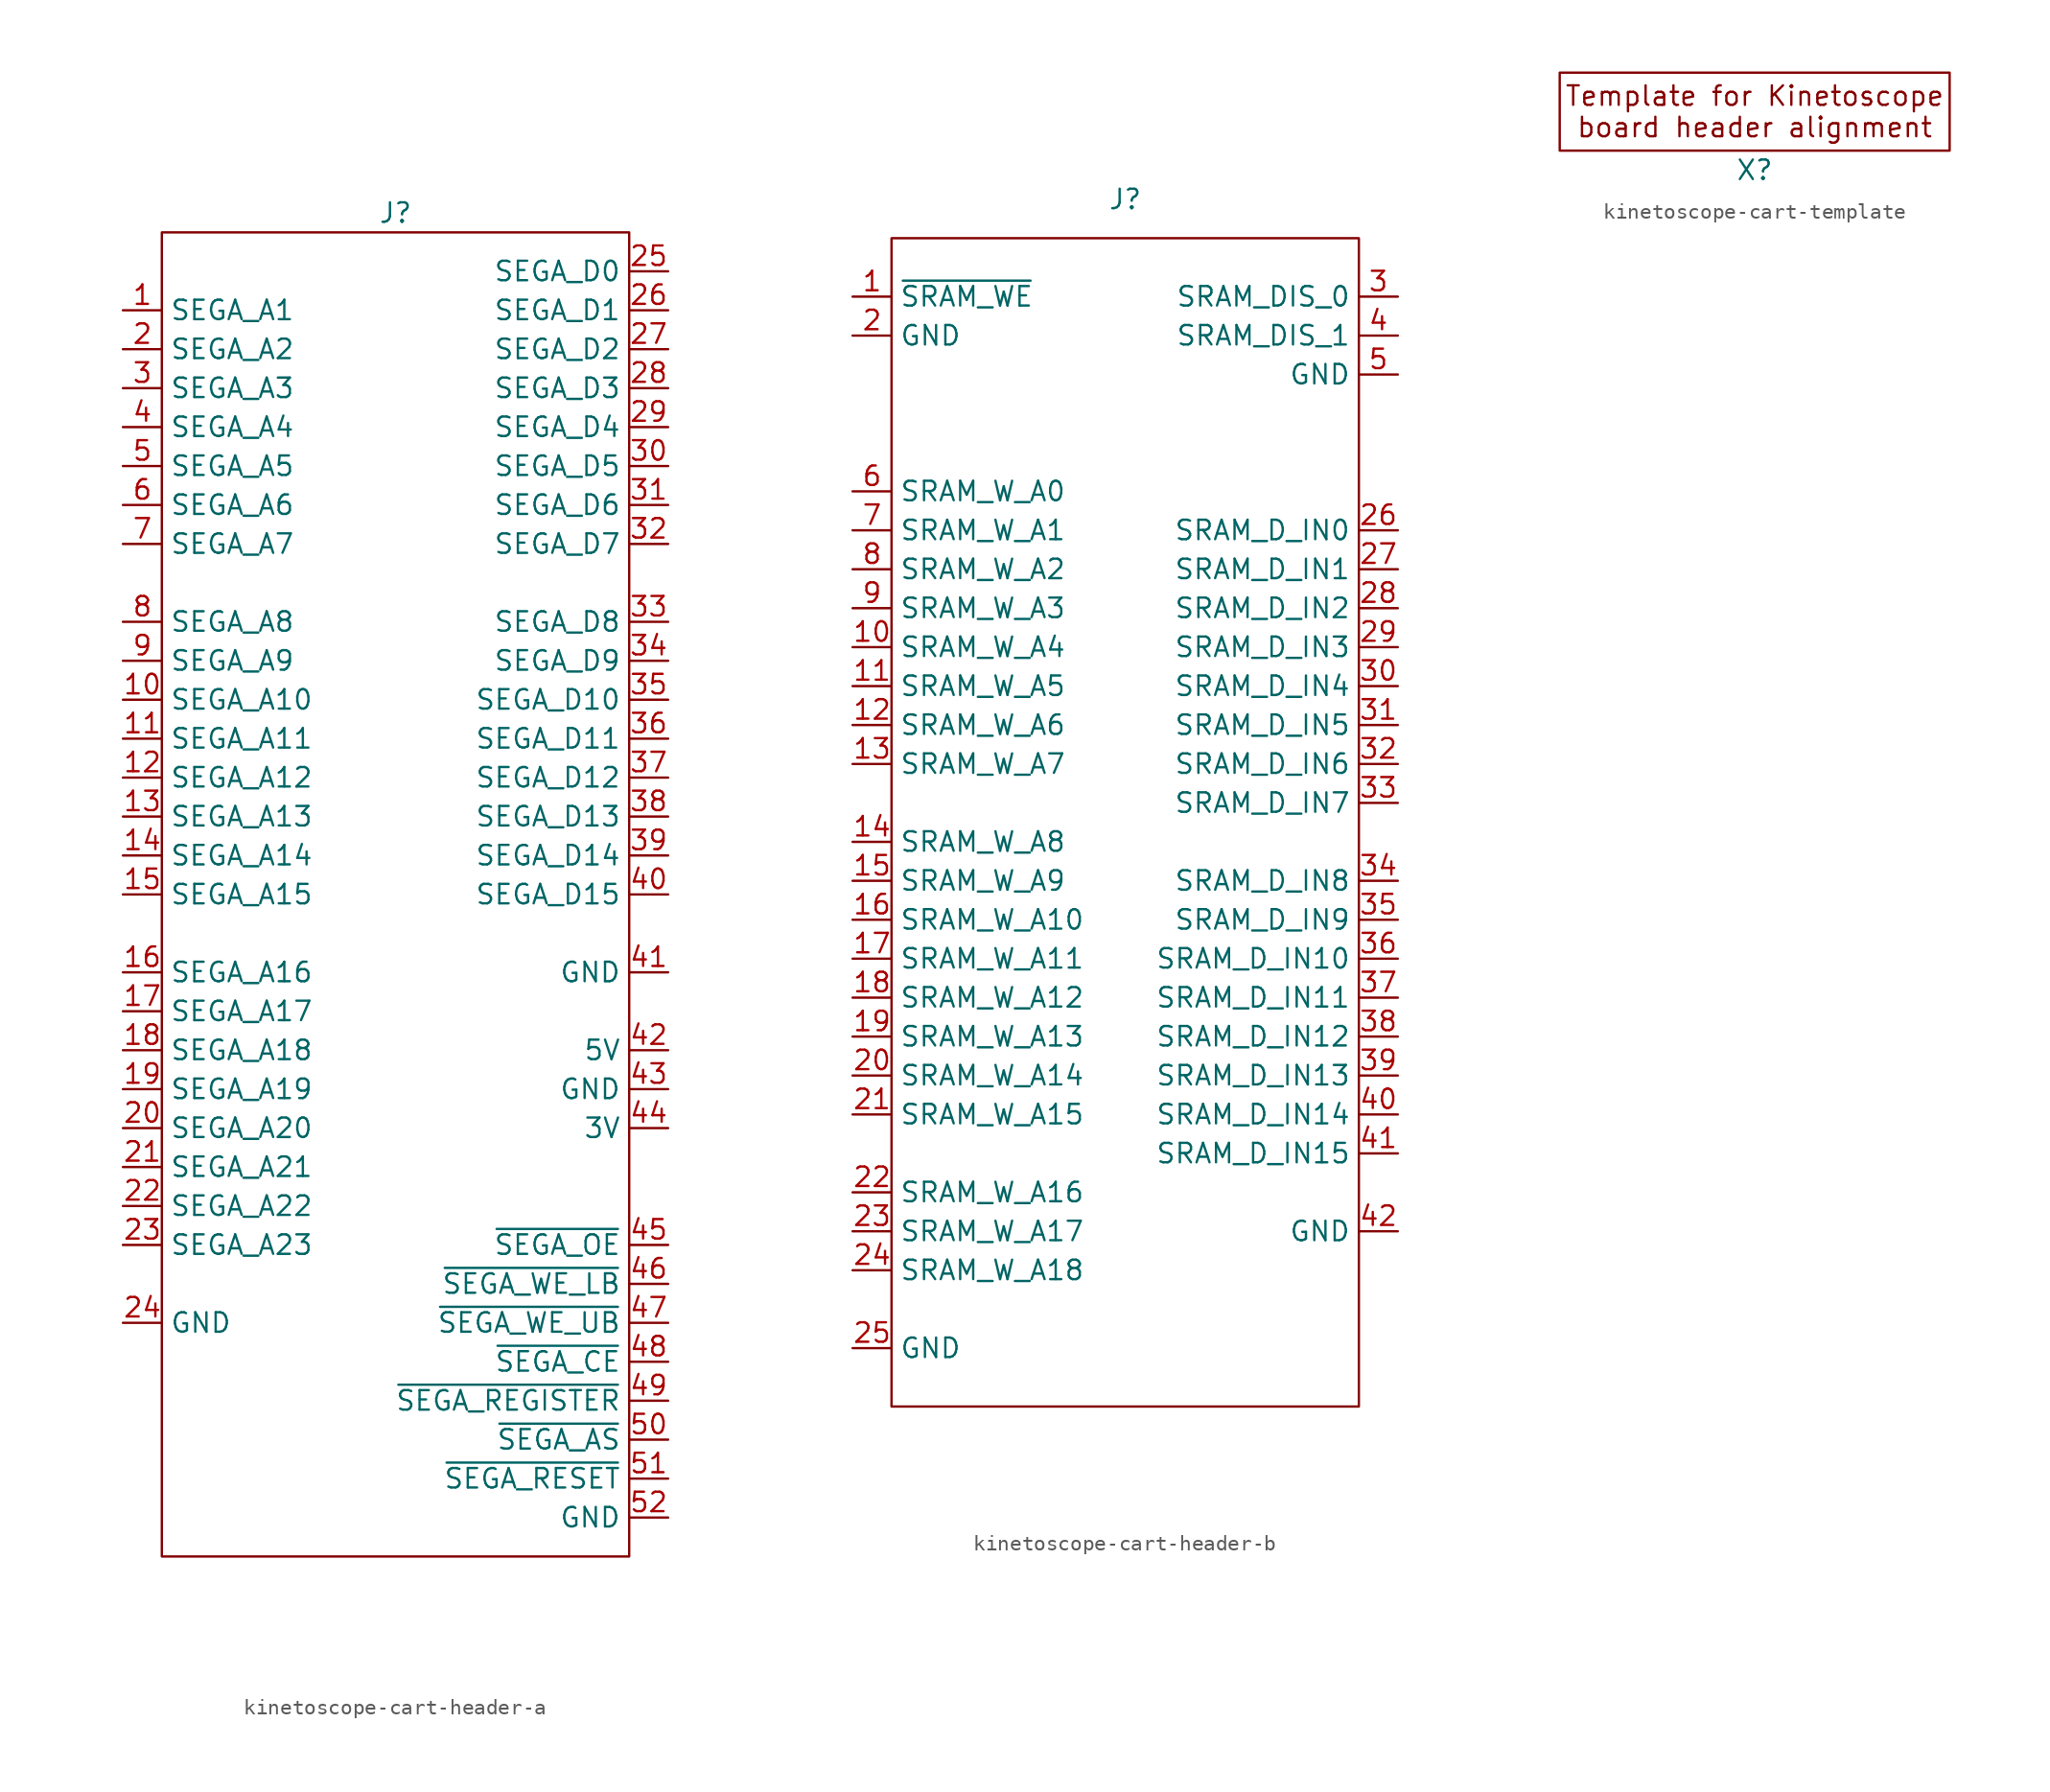
<source format=kicad_sym>
(kicad_symbol_lib
  (version 20231120)
  (generator "kicad_symbol_editor")
  (generator_version "8.0")
  (symbol "kinetoscope-cart-header-a"
    (property "Reference" "J"
      (at 0 1.27 0)
      (effects (font (size 1.27 1.27))))
    (property "Value" ""
      (at 1.27 0 0)
      (effects (font (size 1.27 1.27))))
    (symbol "kinetoscope-cart-header-a_1_1"
      (rectangle (start -15.24 0) (end 15.24 -86.36) (stroke (width 0) (type default)) (fill (type none)))
      (pin passive line (at -17.78 -5.08 0) (length 2.54) (name "SEGA_A1" (effects (font (size 1.27 1.27)))) (number "1" (effects (font (size 1.27 1.27)))))
      (pin passive line (at -17.78 -30.48 0) (length 2.54) (name "SEGA_A10" (effects (font (size 1.27 1.27)))) (number "10" (effects (font (size 1.27 1.27)))))
      (pin passive line (at -17.78 -33.02 0) (length 2.54) (name "SEGA_A11" (effects (font (size 1.27 1.27)))) (number "11" (effects (font (size 1.27 1.27)))))
      (pin passive line (at -17.78 -35.56 0) (length 2.54) (name "SEGA_A12" (effects (font (size 1.27 1.27)))) (number "12" (effects (font (size 1.27 1.27)))))
      (pin passive line (at -17.78 -38.1 0) (length 2.54) (name "SEGA_A13" (effects (font (size 1.27 1.27)))) (number "13" (effects (font (size 1.27 1.27)))))
      (pin passive line (at -17.78 -40.64 0) (length 2.54) (name "SEGA_A14" (effects (font (size 1.27 1.27)))) (number "14" (effects (font (size 1.27 1.27)))))
      (pin passive line (at -17.78 -43.18 0) (length 2.54) (name "SEGA_A15" (effects (font (size 1.27 1.27)))) (number "15" (effects (font (size 1.27 1.27)))))
      (pin passive line (at -17.78 -48.26 0) (length 2.54) (name "SEGA_A16" (effects (font (size 1.27 1.27)))) (number "16" (effects (font (size 1.27 1.27)))))
      (pin passive line (at -17.78 -50.8 0) (length 2.54) (name "SEGA_A17" (effects (font (size 1.27 1.27)))) (number "17" (effects (font (size 1.27 1.27)))))
      (pin passive line (at -17.78 -53.34 0) (length 2.54) (name "SEGA_A18" (effects (font (size 1.27 1.27)))) (number "18" (effects (font (size 1.27 1.27)))))
      (pin passive line (at -17.78 -55.88 0) (length 2.54) (name "SEGA_A19" (effects (font (size 1.27 1.27)))) (number "19" (effects (font (size 1.27 1.27)))))
      (pin passive line (at -17.78 -7.62 0) (length 2.54) (name "SEGA_A2" (effects (font (size 1.27 1.27)))) (number "2" (effects (font (size 1.27 1.27)))))
      (pin passive line (at -17.78 -58.42 0) (length 2.54) (name "SEGA_A20" (effects (font (size 1.27 1.27)))) (number "20" (effects (font (size 1.27 1.27)))))
      (pin passive line (at -17.78 -60.96 0) (length 2.54) (name "SEGA_A21" (effects (font (size 1.27 1.27)))) (number "21" (effects (font (size 1.27 1.27)))))
      (pin passive line (at -17.78 -63.5 0) (length 2.54) (name "SEGA_A22" (effects (font (size 1.27 1.27)))) (number "22" (effects (font (size 1.27 1.27)))))
      (pin passive line (at -17.78 -66.04 0) (length 2.54) (name "SEGA_A23" (effects (font (size 1.27 1.27)))) (number "23" (effects (font (size 1.27 1.27)))))
      (pin passive line (at -17.78 -71.12 0) (length 2.54) (name "GND" (effects (font (size 1.27 1.27)))) (number "24" (effects (font (size 1.27 1.27)))))
      (pin passive line (at 17.78 -2.54 180) (length 2.54) (name "SEGA_D0" (effects (font (size 1.27 1.27)))) (number "25" (effects (font (size 1.27 1.27)))))
      (pin passive line (at 17.78 -5.08 180) (length 2.54) (name "SEGA_D1" (effects (font (size 1.27 1.27)))) (number "26" (effects (font (size 1.27 1.27)))))
      (pin passive line (at 17.78 -7.62 180) (length 2.54) (name "SEGA_D2" (effects (font (size 1.27 1.27)))) (number "27" (effects (font (size 1.27 1.27)))))
      (pin passive line (at 17.78 -10.16 180) (length 2.54) (name "SEGA_D3" (effects (font (size 1.27 1.27)))) (number "28" (effects (font (size 1.27 1.27)))))
      (pin passive line (at 17.78 -12.7 180) (length 2.54) (name "SEGA_D4" (effects (font (size 1.27 1.27)))) (number "29" (effects (font (size 1.27 1.27)))))
      (pin passive line (at -17.78 -10.16 0) (length 2.54) (name "SEGA_A3" (effects (font (size 1.27 1.27)))) (number "3" (effects (font (size 1.27 1.27)))))
      (pin passive line (at 17.78 -15.24 180) (length 2.54) (name "SEGA_D5" (effects (font (size 1.27 1.27)))) (number "30" (effects (font (size 1.27 1.27)))))
      (pin passive line (at 17.78 -17.78 180) (length 2.54) (name "SEGA_D6" (effects (font (size 1.27 1.27)))) (number "31" (effects (font (size 1.27 1.27)))))
      (pin passive line (at 17.78 -20.32 180) (length 2.54) (name "SEGA_D7" (effects (font (size 1.27 1.27)))) (number "32" (effects (font (size 1.27 1.27)))))
      (pin passive line (at 17.78 -25.4 180) (length 2.54) (name "SEGA_D8" (effects (font (size 1.27 1.27)))) (number "33" (effects (font (size 1.27 1.27)))))
      (pin passive line (at 17.78 -27.94 180) (length 2.54) (name "SEGA_D9" (effects (font (size 1.27 1.27)))) (number "34" (effects (font (size 1.27 1.27)))))
      (pin passive line (at 17.78 -30.48 180) (length 2.54) (name "SEGA_D10" (effects (font (size 1.27 1.27)))) (number "35" (effects (font (size 1.27 1.27)))))
      (pin passive line (at 17.78 -33.02 180) (length 2.54) (name "SEGA_D11" (effects (font (size 1.27 1.27)))) (number "36" (effects (font (size 1.27 1.27)))))
      (pin passive line (at 17.78 -35.56 180) (length 2.54) (name "SEGA_D12" (effects (font (size 1.27 1.27)))) (number "37" (effects (font (size 1.27 1.27)))))
      (pin passive line (at 17.78 -38.1 180) (length 2.54) (name "SEGA_D13" (effects (font (size 1.27 1.27)))) (number "38" (effects (font (size 1.27 1.27)))))
      (pin passive line (at 17.78 -40.64 180) (length 2.54) (name "SEGA_D14" (effects (font (size 1.27 1.27)))) (number "39" (effects (font (size 1.27 1.27)))))
      (pin passive line (at -17.78 -12.7 0) (length 2.54) (name "SEGA_A4" (effects (font (size 1.27 1.27)))) (number "4" (effects (font (size 1.27 1.27)))))
      (pin passive line (at 17.78 -43.18 180) (length 2.54) (name "SEGA_D15" (effects (font (size 1.27 1.27)))) (number "40" (effects (font (size 1.27 1.27)))))
      (pin passive line (at 17.78 -48.26 180) (length 2.54) (name "GND" (effects (font (size 1.27 1.27)))) (number "41" (effects (font (size 1.27 1.27)))))
      (pin passive line (at 17.78 -53.34 180) (length 2.54) (name "5V" (effects (font (size 1.27 1.27)))) (number "42" (effects (font (size 1.27 1.27)))))
      (pin passive line (at 17.78 -55.88 180) (length 2.54) (name "GND" (effects (font (size 1.27 1.27)))) (number "43" (effects (font (size 1.27 1.27)))))
      (pin passive line (at 17.78 -58.42 180) (length 2.54) (name "3V" (effects (font (size 1.27 1.27)))) (number "44" (effects (font (size 1.27 1.27)))))
      (pin passive line (at 17.78 -66.04 180) (length 2.54) (name "~{SEGA_OE}" (effects (font (size 1.27 1.27)))) (number "45" (effects (font (size 1.27 1.27)))))
      (pin passive line (at 17.78 -68.58 180) (length 2.54) (name "~{SEGA_WE_LB}" (effects (font (size 1.27 1.27)))) (number "46" (effects (font (size 1.27 1.27)))))
      (pin passive line (at 17.78 -71.12 180) (length 2.54) (name "~{SEGA_WE_UB}" (effects (font (size 1.27 1.27)))) (number "47" (effects (font (size 1.27 1.27)))))
      (pin passive line (at 17.78 -73.66 180) (length 2.54) (name "~{SEGA_CE}" (effects (font (size 1.27 1.27)))) (number "48" (effects (font (size 1.27 1.27)))))
      (pin passive line (at 17.78 -76.2 180) (length 2.54) (name "~{SEGA_REGISTER}" (effects (font (size 1.27 1.27)))) (number "49" (effects (font (size 1.27 1.27)))))
      (pin passive line (at -17.78 -15.24 0) (length 2.54) (name "SEGA_A5" (effects (font (size 1.27 1.27)))) (number "5" (effects (font (size 1.27 1.27)))))
      (pin passive line (at 17.78 -78.74 180) (length 2.54) (name "~{SEGA_AS}" (effects (font (size 1.27 1.27)))) (number "50" (effects (font (size 1.27 1.27)))))
      (pin passive line (at 17.78 -81.28 180) (length 2.54) (name "~{SEGA_RESET}" (effects (font (size 1.27 1.27)))) (number "51" (effects (font (size 1.27 1.27)))))
      (pin passive line (at 17.78 -83.82 180) (length 2.54) (name "GND" (effects (font (size 1.27 1.27)))) (number "52" (effects (font (size 1.27 1.27)))))
      (pin passive line (at -17.78 -17.78 0) (length 2.54) (name "SEGA_A6" (effects (font (size 1.27 1.27)))) (number "6" (effects (font (size 1.27 1.27)))))
      (pin passive line (at -17.78 -20.32 0) (length 2.54) (name "SEGA_A7" (effects (font (size 1.27 1.27)))) (number "7" (effects (font (size 1.27 1.27)))))
      (pin passive line (at -17.78 -25.4 0) (length 2.54) (name "SEGA_A8" (effects (font (size 1.27 1.27)))) (number "8" (effects (font (size 1.27 1.27)))))
      (pin passive line (at -17.78 -27.94 0) (length 2.54) (name "SEGA_A9" (effects (font (size 1.27 1.27)))) (number "9" (effects (font (size 1.27 1.27)))))))
  (symbol "kinetoscope-cart-header-b"
    (property "Reference" "J"
      (at 0 1.27 0)
      (effects (font (size 1.27 1.27))))
    (property "Value" ""
      (at 0 -24.13 0)
      (effects (font (size 1.27 1.27))))
    (symbol "kinetoscope-cart-header-b_1_1"
      (rectangle (start -15.24 -1.27) (end 15.24 -77.47) (stroke (width 0) (type default)) (fill (type none)))
      (pin passive line (at -17.78 -5.08 0) (length 2.54) (name "~{SRAM_WE}" (effects (font (size 1.27 1.27)))) (number "1" (effects (font (size 1.27 1.27)))))
      (pin passive line (at -17.78 -27.94 0) (length 2.54) (name "SRAM_W_A4" (effects (font (size 1.27 1.27)))) (number "10" (effects (font (size 1.27 1.27)))))
      (pin passive line (at -17.78 -30.48 0) (length 2.54) (name "SRAM_W_A5" (effects (font (size 1.27 1.27)))) (number "11" (effects (font (size 1.27 1.27)))))
      (pin passive line (at -17.78 -33.02 0) (length 2.54) (name "SRAM_W_A6" (effects (font (size 1.27 1.27)))) (number "12" (effects (font (size 1.27 1.27)))))
      (pin passive line (at -17.78 -35.56 0) (length 2.54) (name "SRAM_W_A7" (effects (font (size 1.27 1.27)))) (number "13" (effects (font (size 1.27 1.27)))))
      (pin passive line (at -17.78 -40.64 0) (length 2.54) (name "SRAM_W_A8" (effects (font (size 1.27 1.27)))) (number "14" (effects (font (size 1.27 1.27)))))
      (pin passive line (at -17.78 -43.18 0) (length 2.54) (name "SRAM_W_A9" (effects (font (size 1.27 1.27)))) (number "15" (effects (font (size 1.27 1.27)))))
      (pin passive line (at -17.78 -45.72 0) (length 2.54) (name "SRAM_W_A10" (effects (font (size 1.27 1.27)))) (number "16" (effects (font (size 1.27 1.27)))))
      (pin passive line (at -17.78 -48.26 0) (length 2.54) (name "SRAM_W_A11" (effects (font (size 1.27 1.27)))) (number "17" (effects (font (size 1.27 1.27)))))
      (pin passive line (at -17.78 -50.8 0) (length 2.54) (name "SRAM_W_A12" (effects (font (size 1.27 1.27)))) (number "18" (effects (font (size 1.27 1.27)))))
      (pin passive line (at -17.78 -53.34 0) (length 2.54) (name "SRAM_W_A13" (effects (font (size 1.27 1.27)))) (number "19" (effects (font (size 1.27 1.27)))))
      (pin passive line (at -17.78 -7.62 0) (length 2.54) (name "GND" (effects (font (size 1.27 1.27)))) (number "2" (effects (font (size 1.27 1.27)))))
      (pin passive line (at -17.78 -55.88 0) (length 2.54) (name "SRAM_W_A14" (effects (font (size 1.27 1.27)))) (number "20" (effects (font (size 1.27 1.27)))))
      (pin passive line (at -17.78 -58.42 0) (length 2.54) (name "SRAM_W_A15" (effects (font (size 1.27 1.27)))) (number "21" (effects (font (size 1.27 1.27)))))
      (pin passive line (at -17.78 -63.5 0) (length 2.54) (name "SRAM_W_A16" (effects (font (size 1.27 1.27)))) (number "22" (effects (font (size 1.27 1.27)))))
      (pin passive line (at -17.78 -66.04 0) (length 2.54) (name "SRAM_W_A17" (effects (font (size 1.27 1.27)))) (number "23" (effects (font (size 1.27 1.27)))))
      (pin passive line (at -17.78 -68.58 0) (length 2.54) (name "SRAM_W_A18" (effects (font (size 1.27 1.27)))) (number "24" (effects (font (size 1.27 1.27)))))
      (pin passive line (at -17.78 -73.66 0) (length 2.54) (name "GND" (effects (font (size 1.27 1.27)))) (number "25" (effects (font (size 1.27 1.27)))))
      (pin bidirectional line (at 17.78 -20.32 180) (length 2.54) (name "SRAM_D_IN0" (effects (font (size 1.27 1.27)))) (number "26" (effects (font (size 1.27 1.27)))))
      (pin bidirectional line (at 17.78 -22.86 180) (length 2.54) (name "SRAM_D_IN1" (effects (font (size 1.27 1.27)))) (number "27" (effects (font (size 1.27 1.27)))))
      (pin bidirectional line (at 17.78 -25.4 180) (length 2.54) (name "SRAM_D_IN2" (effects (font (size 1.27 1.27)))) (number "28" (effects (font (size 1.27 1.27)))))
      (pin bidirectional line (at 17.78 -27.94 180) (length 2.54) (name "SRAM_D_IN3" (effects (font (size 1.27 1.27)))) (number "29" (effects (font (size 1.27 1.27)))))
      (pin passive line (at 17.78 -5.08 180) (length 2.54) (name "SRAM_DIS_0" (effects (font (size 1.27 1.27)))) (number "3" (effects (font (size 1.27 1.27)))))
      (pin bidirectional line (at 17.78 -30.48 180) (length 2.54) (name "SRAM_D_IN4" (effects (font (size 1.27 1.27)))) (number "30" (effects (font (size 1.27 1.27)))))
      (pin bidirectional line (at 17.78 -33.02 180) (length 2.54) (name "SRAM_D_IN5" (effects (font (size 1.27 1.27)))) (number "31" (effects (font (size 1.27 1.27)))))
      (pin bidirectional line (at 17.78 -35.56 180) (length 2.54) (name "SRAM_D_IN6" (effects (font (size 1.27 1.27)))) (number "32" (effects (font (size 1.27 1.27)))))
      (pin bidirectional line (at 17.78 -38.1 180) (length 2.54) (name "SRAM_D_IN7" (effects (font (size 1.27 1.27)))) (number "33" (effects (font (size 1.27 1.27)))))
      (pin bidirectional line (at 17.78 -43.18 180) (length 2.54) (name "SRAM_D_IN8" (effects (font (size 1.27 1.27)))) (number "34" (effects (font (size 1.27 1.27)))))
      (pin bidirectional line (at 17.78 -45.72 180) (length 2.54) (name "SRAM_D_IN9" (effects (font (size 1.27 1.27)))) (number "35" (effects (font (size 1.27 1.27)))))
      (pin bidirectional line (at 17.78 -48.26 180) (length 2.54) (name "SRAM_D_IN10" (effects (font (size 1.27 1.27)))) (number "36" (effects (font (size 1.27 1.27)))))
      (pin bidirectional line (at 17.78 -50.8 180) (length 2.54) (name "SRAM_D_IN11" (effects (font (size 1.27 1.27)))) (number "37" (effects (font (size 1.27 1.27)))))
      (pin bidirectional line (at 17.78 -53.34 180) (length 2.54) (name "SRAM_D_IN12" (effects (font (size 1.27 1.27)))) (number "38" (effects (font (size 1.27 1.27)))))
      (pin bidirectional line (at 17.78 -55.88 180) (length 2.54) (name "SRAM_D_IN13" (effects (font (size 1.27 1.27)))) (number "39" (effects (font (size 1.27 1.27)))))
      (pin passive line (at 17.78 -7.62 180) (length 2.54) (name "SRAM_DIS_1" (effects (font (size 1.27 1.27)))) (number "4" (effects (font (size 1.27 1.27)))))
      (pin bidirectional line (at 17.78 -58.42 180) (length 2.54) (name "SRAM_D_IN14" (effects (font (size 1.27 1.27)))) (number "40" (effects (font (size 1.27 1.27)))))
      (pin bidirectional line (at 17.78 -60.96 180) (length 2.54) (name "SRAM_D_IN15" (effects (font (size 1.27 1.27)))) (number "41" (effects (font (size 1.27 1.27)))))
      (pin passive line (at 17.78 -66.04 180) (length 2.54) (name "GND" (effects (font (size 1.27 1.27)))) (number "42" (effects (font (size 1.27 1.27)))))
      (pin passive line (at 17.78 -10.16 180) (length 2.54) (name "GND" (effects (font (size 1.27 1.27)))) (number "5" (effects (font (size 1.27 1.27)))))
      (pin passive line (at -17.78 -17.78 0) (length 2.54) (name "SRAM_W_A0" (effects (font (size 1.27 1.27)))) (number "6" (effects (font (size 1.27 1.27)))))
      (pin passive line (at -17.78 -20.32 0) (length 2.54) (name "SRAM_W_A1" (effects (font (size 1.27 1.27)))) (number "7" (effects (font (size 1.27 1.27)))))
      (pin passive line (at -17.78 -22.86 0) (length 2.54) (name "SRAM_W_A2" (effects (font (size 1.27 1.27)))) (number "8" (effects (font (size 1.27 1.27)))))
      (pin passive line (at -17.78 -25.4 0) (length 2.54) (name "SRAM_W_A3" (effects (font (size 1.27 1.27)))) (number "9" (effects (font (size 1.27 1.27)))))))
  (symbol "kinetoscope-cart-template"
    (property "Reference" "X"
      (at 0 -5.08 0)
      (effects (font (size 1.27 1.27))))
    (property "Value" ""
      (at 0 -5.08 0)
      (effects (font (size 1.27 1.27))))
    (symbol "kinetoscope-cart-template_0_1"
      (rectangle (start 12.7 -3.81) (end -12.7 1.27) (stroke (width 0) (type default)) (fill (type none))))
    (symbol "kinetoscope-cart-template_1_1"
      (text "Template for Kinetoscope\nboard header alignment" (at 0 -1.27 0) (effects (font (size 1.27 1.27)))))))
</source>
